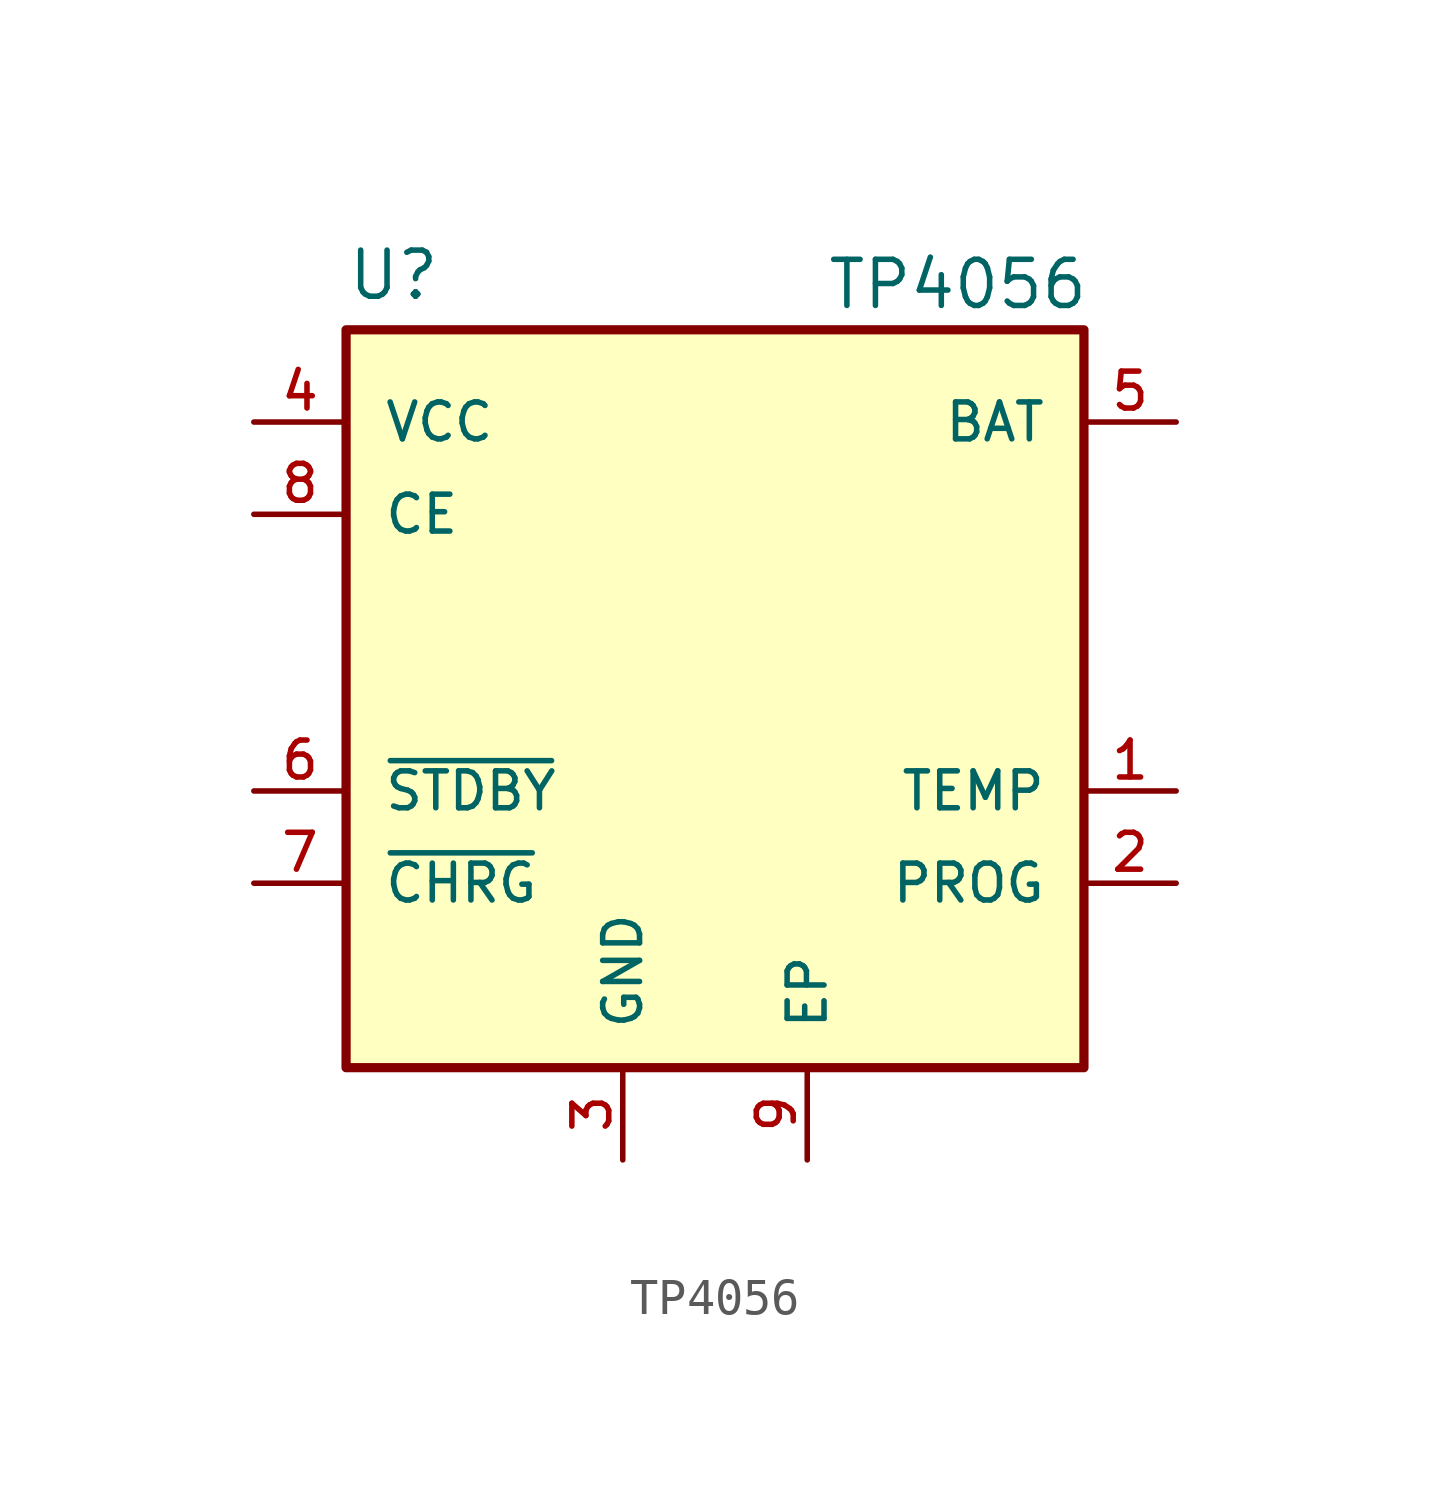
<source format=kicad_sym>
(kicad_symbol_lib
  (version 20231120)
  (generator "kicad_symbol_editor")
  (generator_version "8.0")
  (symbol "TP4056"
    (pin_names
      (offset 1.016))
    (property "Reference" "U"
      (at -10.16 10.922 0)
      (effects (font (size 1.27 1.27)) (justify left bottom)))
    (property "Value" "TP4056"
      (at 3.048 10.668 0)
      (effects (font (size 1.27 1.27)) (justify left bottom)))
    (symbol "TP4056_0_0"
      (rectangle (start -10.16 10.16) (end 10.16 -10.16) (stroke (width 0.254) (type default)) (fill (type background))))
    (symbol "TP4056_1_0"
      (pin input line (at 12.7 -2.54 180) (length 2.54) (name "TEMP" (effects (font (size 1.016 1.016)))) (number "1" (effects (font (size 1.016 1.016)))))
      (pin bidirectional line (at 12.7 -5.08 180) (length 2.54) (name "PROG" (effects (font (size 1.016 1.016)))) (number "2" (effects (font (size 1.016 1.016)))))
      (pin power_in line (at -2.54 -12.7 90) (length 2.54) (name "GND" (effects (font (size 1.016 1.016)))) (number "3" (effects (font (size 1.016 1.016)))))
      (pin power_in line (at -12.7 7.62 0) (length 2.54) (name "VCC" (effects (font (size 1.016 1.016)))) (number "4" (effects (font (size 1.016 1.016)))))
      (pin output line (at 12.7 7.62 180) (length 2.54) (name "BAT" (effects (font (size 1.016 1.016)))) (number "5" (effects (font (size 1.016 1.016)))))
      (pin output line (at -12.7 -2.54 0) (length 2.54) (name "~{STDBY}" (effects (font (size 1.016 1.016)))) (number "6" (effects (font (size 1.016 1.016)))))
      (pin output line (at -12.7 -5.08 0) (length 2.54) (name "~{CHRG}" (effects (font (size 1.016 1.016)))) (number "7" (effects (font (size 1.016 1.016)))))
      (pin input line (at -12.7 5.08 0) (length 2.54) (name "CE" (effects (font (size 1.016 1.016)))) (number "8" (effects (font (size 1.016 1.016)))))
      (pin passive line (at 2.54 -12.7 90) (length 2.54) (name "EP" (effects (font (size 1.016 1.016)))) (number "9" (effects (font (size 1.016 1.016))))))))
</source>
